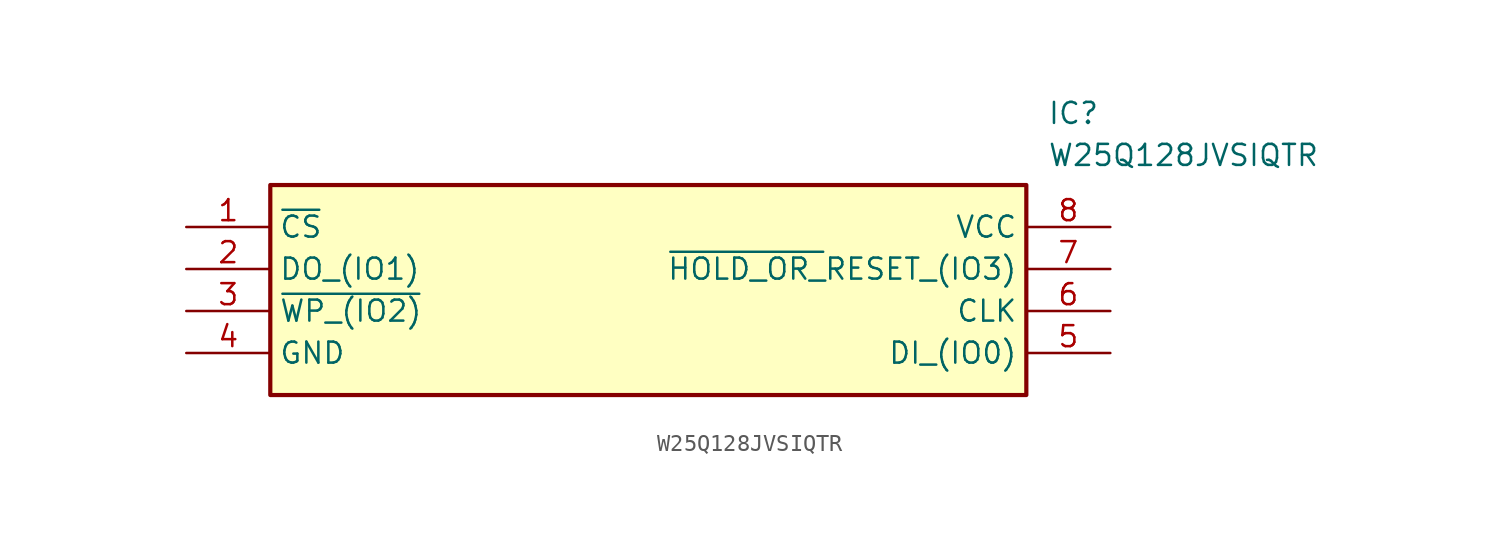
<source format=kicad_sym>
(kicad_symbol_lib
  (version 20211014)
  (generator SamacSys_ECAD_Model)
  (symbol "W25Q128JVSIQTR"
    (property "Reference" "IC"
      (at 52.07 7.62 0)
      (effects (font (size 1.27 1.27)) (justify left top)))
    (property "Value" "W25Q128JVSIQTR"
      (at 52.07 5.08 0)
      (effects (font (size 1.27 1.27)) (justify left top)))
    (rectangle
      (start 5.08 2.54)
      (end 50.8 -10.16)
      (stroke (width 0.254) (type default))
      (fill (type background)))
    (pin passive line
      (at 0 0 0)
      (length 5.08)
      (name "~{CS}" (effects (font (size 1.27 1.27))))
      (number "1" (effects (font (size 1.27 1.27)))))
    (pin passive line
      (at 0 -2.54 0)
      (length 5.08)
      (name "DO_(IO1)" (effects (font (size 1.27 1.27))))
      (number "2" (effects (font (size 1.27 1.27)))))
    (pin passive line
      (at 0 -5.08 0)
      (length 5.08)
      (name "~{WP_(IO2)}" (effects (font (size 1.27 1.27))))
      (number "3" (effects (font (size 1.27 1.27)))))
    (pin passive line
      (at 0 -7.62 0)
      (length 5.08)
      (name "GND" (effects (font (size 1.27 1.27))))
      (number "4" (effects (font (size 1.27 1.27)))))
    (pin passive line
      (at 55.88 0 180)
      (length 5.08)
      (name "VCC" (effects (font (size 1.27 1.27))))
      (number "8" (effects (font (size 1.27 1.27)))))
    (pin passive line
      (at 55.88 -2.54 180)
      (length 5.08)
      (name "~{HOLD_OR_}RESET_(IO3)" (effects (font (size 1.27 1.27))))
      (number "7" (effects (font (size 1.27 1.27)))))
    (pin passive line
      (at 55.88 -5.08 180)
      (length 5.08)
      (name "CLK" (effects (font (size 1.27 1.27))))
      (number "6" (effects (font (size 1.27 1.27)))))
    (pin passive line
      (at 55.88 -7.62 180)
      (length 5.08)
      (name "DI_(IO0)" (effects (font (size 1.27 1.27))))
      (number "5" (effects (font (size 1.27 1.27)))))))
</source>
